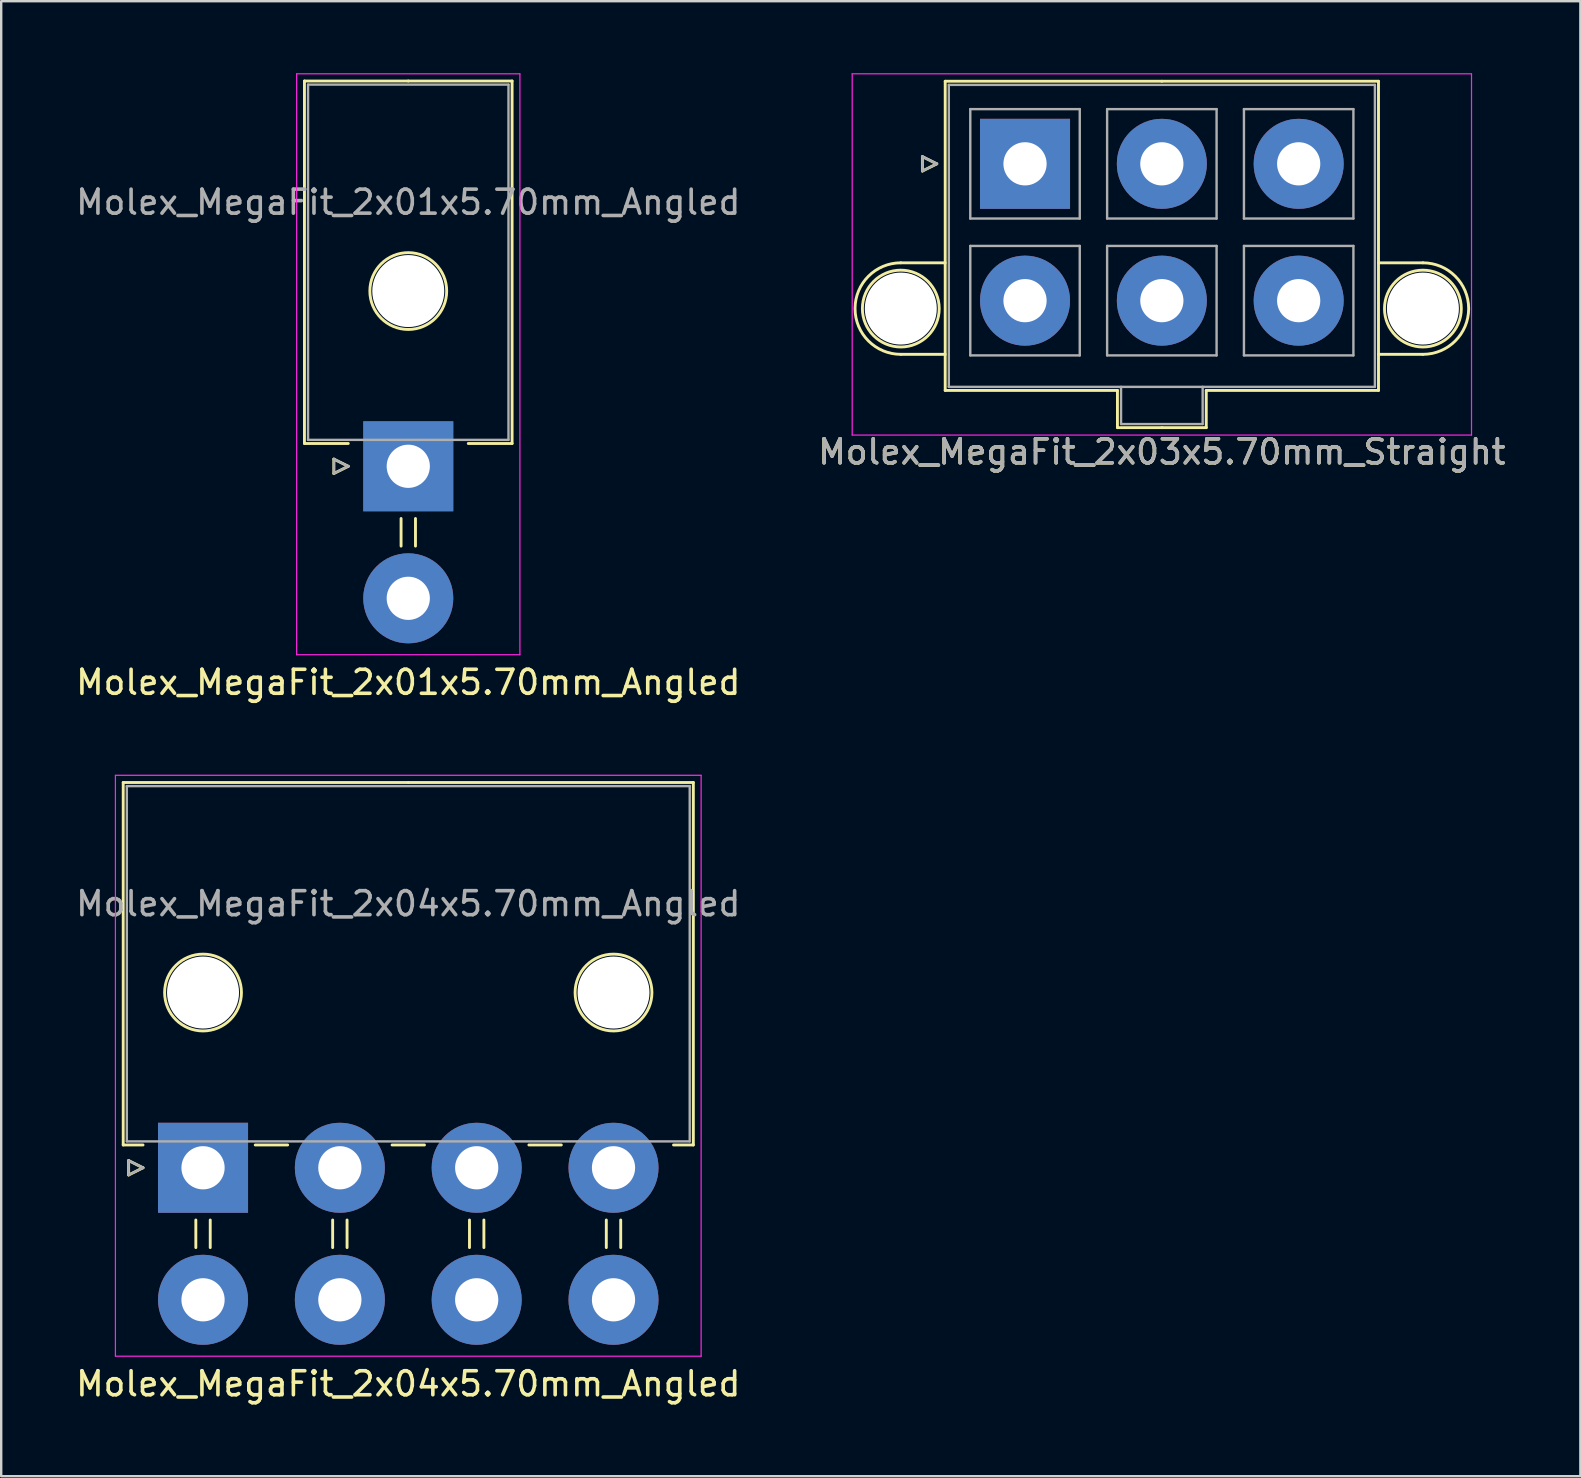
<source format=kicad_pcb>
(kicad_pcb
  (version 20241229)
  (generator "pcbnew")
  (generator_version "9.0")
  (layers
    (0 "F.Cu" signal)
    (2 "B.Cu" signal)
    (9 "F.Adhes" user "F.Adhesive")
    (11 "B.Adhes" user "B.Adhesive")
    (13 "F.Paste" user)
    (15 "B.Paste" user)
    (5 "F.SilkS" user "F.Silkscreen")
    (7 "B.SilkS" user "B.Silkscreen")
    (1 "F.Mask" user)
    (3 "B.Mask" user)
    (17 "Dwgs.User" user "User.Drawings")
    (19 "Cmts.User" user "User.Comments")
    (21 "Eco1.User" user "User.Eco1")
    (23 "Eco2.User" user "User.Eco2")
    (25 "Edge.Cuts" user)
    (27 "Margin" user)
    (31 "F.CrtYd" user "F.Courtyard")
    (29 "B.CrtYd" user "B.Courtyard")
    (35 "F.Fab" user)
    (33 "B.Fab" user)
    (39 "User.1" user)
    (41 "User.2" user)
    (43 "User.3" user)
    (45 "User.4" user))
  (footprint "Molex_MegaFit_2x04x5.70mm_Angled"
    (layer "F.Cu")
    (at 5.408 45.598)
    (property "Reference" "Molex_MegaFit_2x04x5.70mm_Angled" (at 8.55 9 0) (layer "F.SilkS") (effects (font (size 1 1) (thickness 0.15))))
    (attr through_hole)
    (fp_line (start -3.325 -16.05) (end -3.325 -0.95) (stroke (width 0.12) (type solid)) (layer "F.SilkS"))
    (fp_line (start -3.325 -0.95) (end -2.5 -0.95) (stroke (width 0.12) (type solid)) (layer "F.SilkS"))
    (fp_line (start -3.1 -0.3) (end -2.5 0) (stroke (width 0.12) (type solid)) (layer "F.SilkS"))
    (fp_line (start -3.1 0.3) (end -3.1 -0.3) (stroke (width 0.12) (type solid)) (layer "F.SilkS"))
    (fp_line (start -2.5 0) (end -3.1 0.3) (stroke (width 0.12) (type solid)) (layer "F.SilkS"))
    (fp_line (start -0.3 2.175) (end -0.3 3.325) (stroke (width 0.12) (type solid)) (layer "F.SilkS"))
    (fp_line (start 0.3 2.175) (end 0.3 3.325) (stroke (width 0.12) (type solid)) (layer "F.SilkS"))
    (fp_line (start 2.175 -0.95) (end 3.525 -0.95) (stroke (width 0.12) (type solid)) (layer "F.SilkS"))
    (fp_line (start 5.4 2.175) (end 5.4 3.325) (stroke (width 0.12) (type solid)) (layer "F.SilkS"))
    (fp_line (start 6 2.175) (end 6 3.325) (stroke (width 0.12) (type solid)) (layer "F.SilkS"))
    (fp_line (start 7.875 -0.95) (end 9.225 -0.95) (stroke (width 0.12) (type solid)) (layer "F.SilkS"))
    (fp_line (start 8.55 -16.05) (end -3.325 -16.05) (stroke (width 0.12) (type solid)) (layer "F.SilkS"))
    (fp_line (start 8.55 -16.05) (end 20.425 -16.05) (stroke (width 0.12) (type solid)) (layer "F.SilkS"))
    (fp_line (start 11.1 2.175) (end 11.1 3.325) (stroke (width 0.12) (type solid)) (layer "F.SilkS"))
    (fp_line (start 11.7 2.175) (end 11.7 3.325) (stroke (width 0.12) (type solid)) (layer "F.SilkS"))
    (fp_line (start 13.575 -0.95) (end 14.925 -0.95) (stroke (width 0.12) (type solid)) (layer "F.SilkS"))
    (fp_line (start 16.8 2.175) (end 16.8 3.325) (stroke (width 0.12) (type solid)) (layer "F.SilkS"))
    (fp_line (start 17.4 2.175) (end 17.4 3.325) (stroke (width 0.12) (type solid)) (layer "F.SilkS"))
    (fp_line (start 20.425 -16.05) (end 20.425 -0.95) (stroke (width 0.12) (type solid)) (layer "F.SilkS"))
    (fp_line (start 20.425 -0.95) (end 19.6 -0.95) (stroke (width 0.12) (type solid)) (layer "F.SilkS"))
    (fp_circle (center 0 -7.3) (end 1.6 -7.3) (stroke (width 0.12) (type solid)) (fill no) (layer "F.SilkS"))
    (fp_circle (center 17.1 -7.3) (end 18.7 -7.3) (stroke (width 0.12) (type solid)) (fill no) (layer "F.SilkS"))
    (fp_line (start -3.65 -16.35) (end -3.65 7.85) (stroke (width 0.05) (type solid)) (layer "F.CrtYd"))
    (fp_line (start -3.65 7.85) (end 20.75 7.85) (stroke (width 0.05) (type solid)) (layer "F.CrtYd"))
    (fp_line (start 20.75 -16.35) (end -3.65 -16.35) (stroke (width 0.05) (type solid)) (layer "F.CrtYd"))
    (fp_line (start 20.75 7.85) (end 20.75 -16.35) (stroke (width 0.05) (type solid)) (layer "F.CrtYd"))
    (fp_line (start -3.175 -15.9) (end -3.175 -1.1) (stroke (width 0.1) (type solid)) (layer "F.Fab"))
    (fp_line (start -3.175 -1.1) (end 20.275 -1.1) (stroke (width 0.1) (type solid)) (layer "F.Fab"))
    (fp_line (start -3.1 -0.3) (end -2.5 0) (stroke (width 0.1) (type solid)) (layer "F.Fab"))
    (fp_line (start -3.1 0.3) (end -3.1 -0.3) (stroke (width 0.1) (type solid)) (layer "F.Fab"))
    (fp_line (start -2.5 0) (end -3.1 0.3) (stroke (width 0.1) (type solid)) (layer "F.Fab"))
    (fp_line (start 20.275 -15.9) (end -3.175 -15.9) (stroke (width 0.1) (type solid)) (layer "F.Fab"))
    (fp_line (start 20.275 -1.1) (end 20.275 -15.9) (stroke (width 0.1) (type solid)) (layer "F.Fab"))
    (fp_text user "${REFERENCE}" (at 8.55 -11 0) (layer "F.Fab") (effects (font (size 1 1) (thickness 0.15))))
    (pad "" np_thru_hole circle (at 0 -7.3) (size 3 3) (drill 3) (layers "*.Cu" "*.Mask"))
    (pad "" np_thru_hole circle (at 17.1 -7.3) (size 3 3) (drill 3) (layers "*.Cu" "*.Mask"))
    (pad "1" thru_hole rect (at 0 0) (size 3.75 3.75) (drill 1.8) (layers "*.Cu" "*.Mask"))
    (pad "2" thru_hole circle (at 5.7 0) (size 3.75 3.75) (drill 1.8) (layers "*.Cu" "*.Mask"))
    (pad "3" thru_hole circle (at 11.4 0) (size 3.75 3.75) (drill 1.8) (layers "*.Cu" "*.Mask"))
    (pad "4" thru_hole circle (at 17.1 0) (size 3.75 3.75) (drill 1.8) (layers "*.Cu" "*.Mask"))
    (pad "5" thru_hole circle (at 0 5.5) (size 3.75 3.75) (drill 1.8) (layers "*.Cu" "*.Mask"))
    (pad "6" thru_hole circle (at 5.7 5.5) (size 3.75 3.75) (drill 1.8) (layers "*.Cu" "*.Mask"))
    (pad "7" thru_hole circle (at 11.4 5.5) (size 3.75 3.75) (drill 1.8) (layers "*.Cu" "*.Mask"))
    (pad "8" thru_hole circle (at 17.1 5.5) (size 3.75 3.75) (drill 1.8) (layers "*.Cu" "*.Mask")))
  (footprint "Molex_MegaFit_2x03x5.70mm_Straight"
    (layer "F.Cu")
    (at 39.651 3.775)
    (property "Reference" "Molex_MegaFit_2x03x5.70mm_Straight" (at 5.7 12 0) (layer "F.SilkS") (effects (font (size 1 1) (thickness 0.15))))
    (attr through_hole)
    (fp_line (start -5.175 4.124) (end -3.325 4.124) (stroke (width 0.12) (type solid)) (layer "F.SilkS"))
    (fp_line (start -5.175 7.936) (end -3.325 7.936) (stroke (width 0.12) (type solid)) (layer "F.SilkS"))
    (fp_line (start -4.275 -0.3) (end -3.675 0) (stroke (width 0.12) (type solid)) (layer "F.SilkS"))
    (fp_line (start -4.275 0.3) (end -4.275 -0.3) (stroke (width 0.12) (type solid)) (layer "F.SilkS"))
    (fp_line (start -3.675 0) (end -4.275 0.3) (stroke (width 0.12) (type solid)) (layer "F.SilkS"))
    (fp_line (start -3.325 -3.44) (end -3.325 9.44) (stroke (width 0.12) (type solid)) (layer "F.SilkS"))
    (fp_line (start -3.325 9.44) (end 3.85 9.44) (stroke (width 0.12) (type solid)) (layer "F.SilkS"))
    (fp_line (start 3.85 9.44) (end 3.85 10.99) (stroke (width 0.12) (type solid)) (layer "F.SilkS"))
    (fp_line (start 3.85 10.99) (end 5.7 10.99) (stroke (width 0.12) (type solid)) (layer "F.SilkS"))
    (fp_line (start 5.7 -3.44) (end -3.325 -3.44) (stroke (width 0.12) (type solid)) (layer "F.SilkS"))
    (fp_line (start 5.7 -3.44) (end 14.725 -3.44) (stroke (width 0.12) (type solid)) (layer "F.SilkS"))
    (fp_line (start 7.55 9.44) (end 7.55 10.99) (stroke (width 0.12) (type solid)) (layer "F.SilkS"))
    (fp_line (start 7.55 10.99) (end 5.7 10.99) (stroke (width 0.12) (type solid)) (layer "F.SilkS"))
    (fp_line (start 14.725 -3.44) (end 14.725 9.44) (stroke (width 0.12) (type solid)) (layer "F.SilkS"))
    (fp_line (start 14.725 9.44) (end 7.55 9.44) (stroke (width 0.12) (type solid)) (layer "F.SilkS"))
    (fp_line (start 16.575 4.124) (end 14.725 4.124) (stroke (width 0.12) (type solid)) (layer "F.SilkS"))
    (fp_line (start 16.575 7.936) (end 14.725 7.936) (stroke (width 0.12) (type solid)) (layer "F.SilkS"))
    (fp_arc (start -5.175 7.93625) (mid -7.08125 6.03) (end -5.175 4.12375) (stroke (width 0.12) (type solid)) (layer "F.SilkS"))
    (fp_arc (start 16.575 4.12375) (mid 18.48125 6.03) (end 16.575 7.93625) (stroke (width 0.12) (type solid)) (layer "F.SilkS"))
    (fp_circle (center -5.175 6.03) (end -3.575 6.03) (stroke (width 0.12) (type solid)) (fill no) (layer "F.SilkS"))
    (fp_circle (center 16.575 6.03) (end 18.175 6.03) (stroke (width 0.12) (type solid)) (fill no) (layer "F.SilkS"))
    (fp_line (start -7.2 -3.75) (end -7.2 11.3) (stroke (width 0.05) (type solid)) (layer "F.CrtYd"))
    (fp_line (start -7.2 11.3) (end 18.6 11.3) (stroke (width 0.05) (type solid)) (layer "F.CrtYd"))
    (fp_line (start 18.6 -3.75) (end -7.2 -3.75) (stroke (width 0.05) (type solid)) (layer "F.CrtYd"))
    (fp_line (start 18.6 11.3) (end 18.6 -3.75) (stroke (width 0.05) (type solid)) (layer "F.CrtYd"))
    (fp_line (start -4.275 -0.3) (end -3.675 0) (stroke (width 0.1) (type solid)) (layer "F.Fab"))
    (fp_line (start -4.275 0.3) (end -4.275 -0.3) (stroke (width 0.1) (type solid)) (layer "F.Fab"))
    (fp_line (start -3.675 0) (end -4.275 0.3) (stroke (width 0.1) (type solid)) (layer "F.Fab"))
    (fp_line (start -3.175 -3.29) (end -3.175 9.29) (stroke (width 0.1) (type solid)) (layer "F.Fab"))
    (fp_line (start -3.175 9.29) (end 14.575 9.29) (stroke (width 0.1) (type solid)) (layer "F.Fab"))
    (fp_line (start -2.28 -2.28) (end -2.28 2.28) (stroke (width 0.1) (type solid)) (layer "F.Fab"))
    (fp_line (start -2.28 2.28) (end 2.28 2.28) (stroke (width 0.1) (type solid)) (layer "F.Fab"))
    (fp_line (start -2.28 3.42) (end -2.28 7.98) (stroke (width 0.1) (type solid)) (layer "F.Fab"))
    (fp_line (start -2.28 7.98) (end 2.28 7.98) (stroke (width 0.1) (type solid)) (layer "F.Fab"))
    (fp_line (start 2.28 -2.28) (end -2.28 -2.28) (stroke (width 0.1) (type solid)) (layer "F.Fab"))
    (fp_line (start 2.28 2.28) (end 2.28 -2.28) (stroke (width 0.1) (type solid)) (layer "F.Fab"))
    (fp_line (start 2.28 3.42) (end -2.28 3.42) (stroke (width 0.1) (type solid)) (layer "F.Fab"))
    (fp_line (start 2.28 7.98) (end 2.28 3.42) (stroke (width 0.1) (type solid)) (layer "F.Fab"))
    (fp_line (start 3.42 -2.28) (end 3.42 2.28) (stroke (width 0.1) (type solid)) (layer "F.Fab"))
    (fp_line (start 3.42 2.28) (end 7.98 2.28) (stroke (width 0.1) (type solid)) (layer "F.Fab"))
    (fp_line (start 3.42 3.42) (end 3.42 7.98) (stroke (width 0.1) (type solid)) (layer "F.Fab"))
    (fp_line (start 3.42 7.98) (end 7.98 7.98) (stroke (width 0.1) (type solid)) (layer "F.Fab"))
    (fp_line (start 4 9.29) (end 4 10.84) (stroke (width 0.1) (type solid)) (layer "F.Fab"))
    (fp_line (start 4 10.84) (end 7.4 10.84) (stroke (width 0.1) (type solid)) (layer "F.Fab"))
    (fp_line (start 7.4 10.84) (end 7.4 9.29) (stroke (width 0.1) (type solid)) (layer "F.Fab"))
    (fp_line (start 7.98 -2.28) (end 3.42 -2.28) (stroke (width 0.1) (type solid)) (layer "F.Fab"))
    (fp_line (start 7.98 2.28) (end 7.98 -2.28) (stroke (width 0.1) (type solid)) (layer "F.Fab"))
    (fp_line (start 7.98 3.42) (end 3.42 3.42) (stroke (width 0.1) (type solid)) (layer "F.Fab"))
    (fp_line (start 7.98 7.98) (end 7.98 3.42) (stroke (width 0.1) (type solid)) (layer "F.Fab"))
    (fp_line (start 9.12 -2.28) (end 9.12 2.28) (stroke (width 0.1) (type solid)) (layer "F.Fab"))
    (fp_line (start 9.12 2.28) (end 13.68 2.28) (stroke (width 0.1) (type solid)) (layer "F.Fab"))
    (fp_line (start 9.12 3.42) (end 9.12 7.98) (stroke (width 0.1) (type solid)) (layer "F.Fab"))
    (fp_line (start 9.12 7.98) (end 13.68 7.98) (stroke (width 0.1) (type solid)) (layer "F.Fab"))
    (fp_line (start 13.68 -2.28) (end 9.12 -2.28) (stroke (width 0.1) (type solid)) (layer "F.Fab"))
    (fp_line (start 13.68 2.28) (end 13.68 -2.28) (stroke (width 0.1) (type solid)) (layer "F.Fab"))
    (fp_line (start 13.68 3.42) (end 9.12 3.42) (stroke (width 0.1) (type solid)) (layer "F.Fab"))
    (fp_line (start 13.68 7.98) (end 13.68 3.42) (stroke (width 0.1) (type solid)) (layer "F.Fab"))
    (fp_line (start 14.575 -3.29) (end -3.175 -3.29) (stroke (width 0.1) (type solid)) (layer "F.Fab"))
    (fp_line (start 14.575 9.29) (end 14.575 -3.29) (stroke (width 0.1) (type solid)) (layer "F.Fab"))
    (fp_text user "${REFERENCE}" (at 5.7 12 0) (layer "F.Fab") (effects (font (size 1 1) (thickness 0.15))))
    (pad "" np_thru_hole circle (at -5.175 6.03) (size 3 3) (drill 3) (layers "*.Cu" "*.Mask"))
    (pad "" np_thru_hole circle (at 16.575 6.03) (size 3 3) (drill 3) (layers "*.Cu" "*.Mask"))
    (pad "1" thru_hole rect (at 0 0) (size 3.75 3.75) (drill 1.8) (layers "*.Cu" "*.Mask"))
    (pad "2" thru_hole circle (at 5.7 0) (size 3.75 3.75) (drill 1.8) (layers "*.Cu" "*.Mask"))
    (pad "3" thru_hole circle (at 11.4 0) (size 3.75 3.75) (drill 1.8) (layers "*.Cu" "*.Mask"))
    (pad "4" thru_hole circle (at 0 5.7) (size 3.75 3.75) (drill 1.8) (layers "*.Cu" "*.Mask"))
    (pad "5" thru_hole circle (at 5.7 5.7) (size 3.75 3.75) (drill 1.8) (layers "*.Cu" "*.Mask"))
    (pad "6" thru_hole circle (at 11.4 5.7) (size 3.75 3.75) (drill 1.8) (layers "*.Cu" "*.Mask")))
  (footprint "Molex_MegaFit_2x01x5.70mm_Angled"
    (layer "F.Cu")
    (at 13.958 16.375)
    (property "Reference" "Molex_MegaFit_2x01x5.70mm_Angled" (at 0 9 0) (layer "F.SilkS") (effects (font (size 1 1) (thickness 0.15))))
    (attr through_hole)
    (fp_line (start -4.325 -16.05) (end -4.325 -0.95) (stroke (width 0.12) (type solid)) (layer "F.SilkS"))
    (fp_line (start -4.325 -0.95) (end -2.5 -0.95) (stroke (width 0.12) (type solid)) (layer "F.SilkS"))
    (fp_line (start -3.1 -0.3) (end -2.5 0) (stroke (width 0.12) (type solid)) (layer "F.SilkS"))
    (fp_line (start -3.1 0.3) (end -3.1 -0.3) (stroke (width 0.12) (type solid)) (layer "F.SilkS"))
    (fp_line (start -2.5 0) (end -3.1 0.3) (stroke (width 0.12) (type solid)) (layer "F.SilkS"))
    (fp_line (start -0.3 2.175) (end -0.3 3.325) (stroke (width 0.12) (type solid)) (layer "F.SilkS"))
    (fp_line (start 0 -16.05) (end -4.325 -16.05) (stroke (width 0.12) (type solid)) (layer "F.SilkS"))
    (fp_line (start 0 -16.05) (end 4.325 -16.05) (stroke (width 0.12) (type solid)) (layer "F.SilkS"))
    (fp_line (start 0.3 2.175) (end 0.3 3.325) (stroke (width 0.12) (type solid)) (layer "F.SilkS"))
    (fp_line (start 4.325 -16.05) (end 4.325 -0.95) (stroke (width 0.12) (type solid)) (layer "F.SilkS"))
    (fp_line (start 4.325 -0.95) (end 2.5 -0.95) (stroke (width 0.12) (type solid)) (layer "F.SilkS"))
    (fp_circle (center 0 -7.3) (end 1.6 -7.3) (stroke (width 0.12) (type solid)) (fill no) (layer "F.SilkS"))
    (fp_line (start -4.65 -16.35) (end -4.65 7.85) (stroke (width 0.05) (type solid)) (layer "F.CrtYd"))
    (fp_line (start -4.65 7.85) (end 4.65 7.85) (stroke (width 0.05) (type solid)) (layer "F.CrtYd"))
    (fp_line (start 4.65 -16.35) (end -4.65 -16.35) (stroke (width 0.05) (type solid)) (layer "F.CrtYd"))
    (fp_line (start 4.65 7.85) (end 4.65 -16.35) (stroke (width 0.05) (type solid)) (layer "F.CrtYd"))
    (fp_line (start -4.175 -15.9) (end -4.175 -1.1) (stroke (width 0.1) (type solid)) (layer "F.Fab"))
    (fp_line (start -4.175 -1.1) (end 4.175 -1.1) (stroke (width 0.1) (type solid)) (layer "F.Fab"))
    (fp_line (start -3.1 -0.3) (end -2.5 0) (stroke (width 0.1) (type solid)) (layer "F.Fab"))
    (fp_line (start -3.1 0.3) (end -3.1 -0.3) (stroke (width 0.1) (type solid)) (layer "F.Fab"))
    (fp_line (start -2.5 0) (end -3.1 0.3) (stroke (width 0.1) (type solid)) (layer "F.Fab"))
    (fp_line (start 4.175 -15.9) (end -4.175 -15.9) (stroke (width 0.1) (type solid)) (layer "F.Fab"))
    (fp_line (start 4.175 -1.1) (end 4.175 -15.9) (stroke (width 0.1) (type solid)) (layer "F.Fab"))
    (fp_text user "${REFERENCE}" (at 0 -11 0) (layer "F.Fab") (effects (font (size 1 1) (thickness 0.15))))
    (pad "" np_thru_hole circle (at 0 -7.3) (size 3 3) (drill 3) (layers "*.Cu" "*.Mask"))
    (pad "1" thru_hole rect (at 0 0) (size 3.75 3.75) (drill 1.8) (layers "*.Cu" "*.Mask"))
    (pad "2" thru_hole circle (at 0 5.5) (size 3.75 3.75) (drill 1.8) (layers "*.Cu" "*.Mask")))
  (gr_rect
    (start -3 -3)
    (end 62.786 58.447)
    (stroke (width 0.1) (type default))
    (fill no)
    (layer "Edge.Cuts")))
</source>
